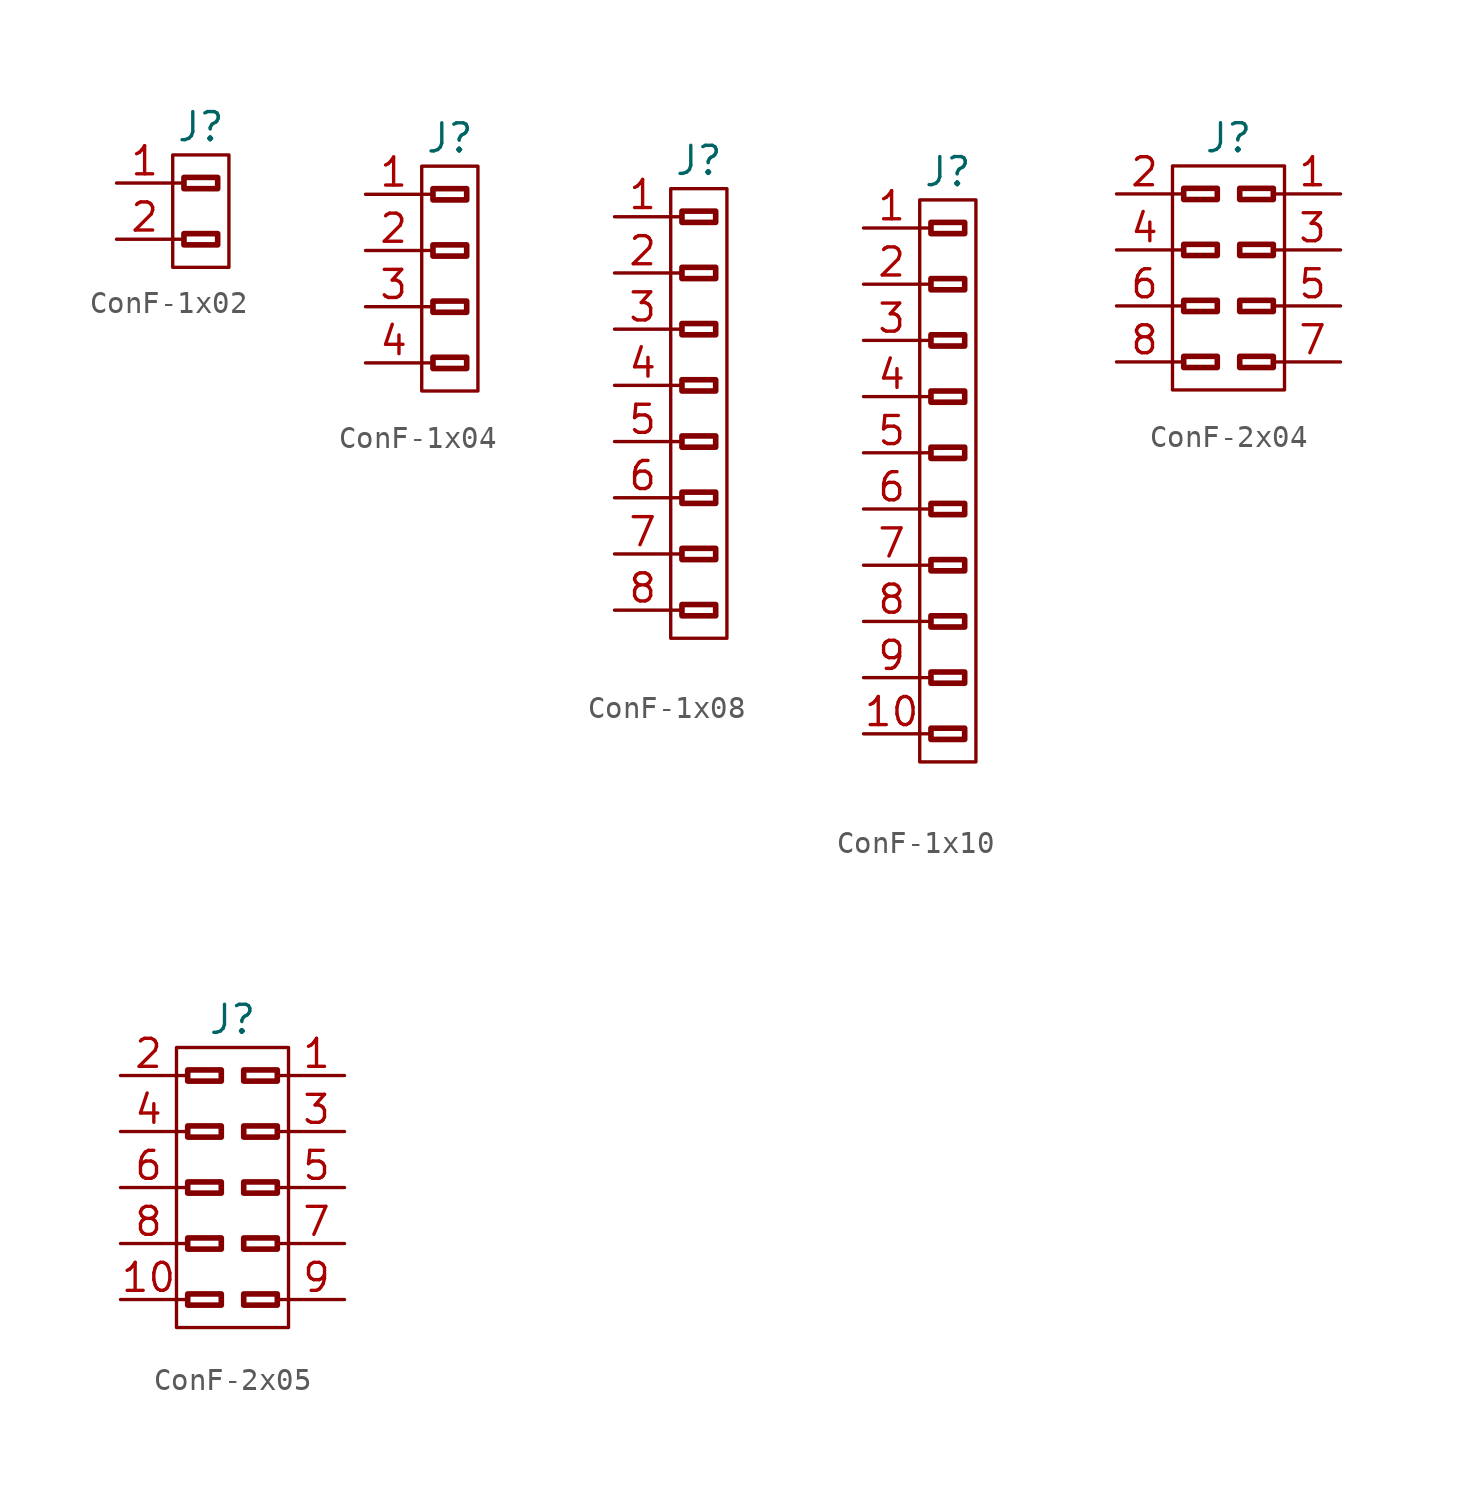
<source format=kicad_sym>
(kicad_symbol_lib
  (version 20231120)
  (generator "kicad_symbol_editor")
  (generator_version "8.0")
  (symbol "ConF-1x02"
    (property "Reference" "J"
      (at 1.27 3.81 0)
      (effects (font (size 1.27 1.27))))
    (symbol "ConF-1x02_0_1"
      (rectangle (start 0 2.54) (end 2.54 -2.54) (stroke (width 0) (type default)) (fill (type none)))
      (rectangle (start 0.508 -1.016) (end 2.032 -1.524) (stroke (width 0.254) (type default)) (fill (type none)))
      (rectangle (start 0.508 1.524) (end 2.032 1.016) (stroke (width 0.254) (type default)) (fill (type none))))
    (symbol "ConF-1x02_1_1"
      (polyline (pts (xy 0 -1.27) (xy 0.508 -1.27)) (stroke (width 0.152) (type default)) (fill (type none)))
      (polyline (pts (xy 0 1.27) (xy 0.508 1.27)) (stroke (width 0.152) (type default)) (fill (type none)))
      (pin passive line (at -2.54 1.27 0) (length 2.54) (name "" (effects (font (size 1.27 1.27)))) (number "1" (effects (font (size 1.27 1.27)))))
      (pin passive line (at -2.54 -1.27 0) (length 2.54) (name "" (effects (font (size 1.27 1.27)))) (number "2" (effects (font (size 1.27 1.27)))))))
  (symbol "ConF-1x04"
    (property "Reference" "J"
      (at 1.27 6.35 0)
      (effects (font (size 1.27 1.27))))
    (symbol "ConF-1x04_0_1"
      (rectangle (start 0 5.08) (end 2.54 -5.08) (stroke (width 0) (type default)) (fill (type none)))
      (rectangle (start 0.508 -3.556) (end 2.032 -4.064) (stroke (width 0.254) (type default)) (fill (type none)))
      (rectangle (start 0.508 -1.016) (end 2.032 -1.524) (stroke (width 0.254) (type default)) (fill (type none)))
      (rectangle (start 0.508 1.524) (end 2.032 1.016) (stroke (width 0.254) (type default)) (fill (type none)))
      (rectangle (start 0.508 4.064) (end 2.032 3.556) (stroke (width 0.254) (type default)) (fill (type none))))
    (symbol "ConF-1x04_1_1"
      (polyline (pts (xy 0 -3.81) (xy 0.508 -3.81)) (stroke (width 0.152) (type default)) (fill (type none)))
      (polyline (pts (xy 0 -1.27) (xy 0.508 -1.27)) (stroke (width 0.152) (type default)) (fill (type none)))
      (polyline (pts (xy 0 1.27) (xy 0.508 1.27)) (stroke (width 0.152) (type default)) (fill (type none)))
      (polyline (pts (xy 0 3.81) (xy 0.508 3.81)) (stroke (width 0.152) (type default)) (fill (type none)))
      (pin passive line (at -2.54 3.81 0) (length 2.54) (name "" (effects (font (size 1.27 1.27)))) (number "1" (effects (font (size 1.27 1.27)))))
      (pin passive line (at -2.54 1.27 0) (length 2.54) (name "" (effects (font (size 1.27 1.27)))) (number "2" (effects (font (size 1.27 1.27)))))
      (pin passive line (at -2.54 -1.27 0) (length 2.54) (name "" (effects (font (size 1.27 1.27)))) (number "3" (effects (font (size 1.27 1.27)))))
      (pin passive line (at -2.54 -3.81 0) (length 2.54) (name "" (effects (font (size 1.27 1.27)))) (number "4" (effects (font (size 1.27 1.27)))))))
  (symbol "ConF-1x08"
    (property "Reference" "J"
      (at 1.27 11.43 0)
      (effects (font (size 1.27 1.27))))
    (symbol "ConF-1x08_0_1"
      (rectangle (start 0 10.16) (end 2.54 -10.16) (stroke (width 0) (type default)) (fill (type none)))
      (rectangle (start 0.508 -8.636) (end 2.032 -9.144) (stroke (width 0.254) (type default)) (fill (type none)))
      (rectangle (start 0.508 -6.096) (end 2.032 -6.604) (stroke (width 0.254) (type default)) (fill (type none)))
      (rectangle (start 0.508 -3.556) (end 2.032 -4.064) (stroke (width 0.254) (type default)) (fill (type none)))
      (rectangle (start 0.508 -1.016) (end 2.032 -1.524) (stroke (width 0.254) (type default)) (fill (type none)))
      (rectangle (start 0.508 1.524) (end 2.032 1.016) (stroke (width 0.254) (type default)) (fill (type none)))
      (rectangle (start 0.508 4.064) (end 2.032 3.556) (stroke (width 0.254) (type default)) (fill (type none)))
      (rectangle (start 0.508 6.604) (end 2.032 6.096) (stroke (width 0.254) (type default)) (fill (type none)))
      (rectangle (start 0.508 9.144) (end 2.032 8.636) (stroke (width 0.254) (type default)) (fill (type none))))
    (symbol "ConF-1x08_1_1"
      (polyline (pts (xy 0 -8.89) (xy 0.508 -8.89)) (stroke (width 0.152) (type default)) (fill (type none)))
      (polyline (pts (xy 0 -6.35) (xy 0.508 -6.35)) (stroke (width 0.152) (type default)) (fill (type none)))
      (polyline (pts (xy 0 -3.81) (xy 0.508 -3.81)) (stroke (width 0.152) (type default)) (fill (type none)))
      (polyline (pts (xy 0 -1.27) (xy 0.508 -1.27)) (stroke (width 0.152) (type default)) (fill (type none)))
      (polyline (pts (xy 0 1.27) (xy 0.508 1.27)) (stroke (width 0.152) (type default)) (fill (type none)))
      (polyline (pts (xy 0 3.81) (xy 0.508 3.81)) (stroke (width 0.152) (type default)) (fill (type none)))
      (polyline (pts (xy 0 6.35) (xy 0.508 6.35)) (stroke (width 0.152) (type default)) (fill (type none)))
      (polyline (pts (xy 0 8.89) (xy 0.508 8.89)) (stroke (width 0.152) (type default)) (fill (type none)))
      (pin passive line (at -2.54 8.89 0) (length 2.54) (name "" (effects (font (size 1.27 1.27)))) (number "1" (effects (font (size 1.27 1.27)))))
      (pin passive line (at -2.54 6.35 0) (length 2.54) (name "" (effects (font (size 1.27 1.27)))) (number "2" (effects (font (size 1.27 1.27)))))
      (pin passive line (at -2.54 3.81 0) (length 2.54) (name "" (effects (font (size 1.27 1.27)))) (number "3" (effects (font (size 1.27 1.27)))))
      (pin passive line (at -2.54 1.27 0) (length 2.54) (name "" (effects (font (size 1.27 1.27)))) (number "4" (effects (font (size 1.27 1.27)))))
      (pin passive line (at -2.54 -1.27 0) (length 2.54) (name "" (effects (font (size 1.27 1.27)))) (number "5" (effects (font (size 1.27 1.27)))))
      (pin passive line (at -2.54 -3.81 0) (length 2.54) (name "" (effects (font (size 1.27 1.27)))) (number "6" (effects (font (size 1.27 1.27)))))
      (pin passive line (at -2.54 -6.35 0) (length 2.54) (name "" (effects (font (size 1.27 1.27)))) (number "7" (effects (font (size 1.27 1.27)))))
      (pin passive line (at -2.54 -8.89 0) (length 2.54) (name "" (effects (font (size 1.27 1.27)))) (number "8" (effects (font (size 1.27 1.27)))))))
  (symbol "ConF-1x10"
    (property "Reference" "J"
      (at 1.27 13.97 0)
      (effects (font (size 1.27 1.27))))
    (symbol "ConF-1x10_0_1"
      (rectangle (start 0 12.7) (end 2.54 -12.7) (stroke (width 0) (type default)) (fill (type none)))
      (rectangle (start 0.508 -11.176) (end 2.032 -11.684) (stroke (width 0.254) (type default)) (fill (type none)))
      (rectangle (start 0.508 -8.636) (end 2.032 -9.144) (stroke (width 0.254) (type default)) (fill (type none)))
      (rectangle (start 0.508 -6.096) (end 2.032 -6.604) (stroke (width 0.254) (type default)) (fill (type none)))
      (rectangle (start 0.508 -3.556) (end 2.032 -4.064) (stroke (width 0.254) (type default)) (fill (type none)))
      (rectangle (start 0.508 -1.016) (end 2.032 -1.524) (stroke (width 0.254) (type default)) (fill (type none)))
      (rectangle (start 0.508 1.524) (end 2.032 1.016) (stroke (width 0.254) (type default)) (fill (type none)))
      (rectangle (start 0.508 4.064) (end 2.032 3.556) (stroke (width 0.254) (type default)) (fill (type none)))
      (rectangle (start 0.508 6.604) (end 2.032 6.096) (stroke (width 0.254) (type default)) (fill (type none)))
      (rectangle (start 0.508 9.144) (end 2.032 8.636) (stroke (width 0.254) (type default)) (fill (type none)))
      (rectangle (start 0.508 11.684) (end 2.032 11.176) (stroke (width 0.254) (type default)) (fill (type none))))
    (symbol "ConF-1x10_1_1"
      (polyline (pts (xy 0 -11.43) (xy 0.508 -11.43)) (stroke (width 0.152) (type default)) (fill (type none)))
      (polyline (pts (xy 0 -8.89) (xy 0.508 -8.89)) (stroke (width 0.152) (type default)) (fill (type none)))
      (polyline (pts (xy 0 -6.35) (xy 0.508 -6.35)) (stroke (width 0.152) (type default)) (fill (type none)))
      (polyline (pts (xy 0 -3.81) (xy 0.508 -3.81)) (stroke (width 0.152) (type default)) (fill (type none)))
      (polyline (pts (xy 0 -1.27) (xy 0.508 -1.27)) (stroke (width 0.152) (type default)) (fill (type none)))
      (polyline (pts (xy 0 1.27) (xy 0.508 1.27)) (stroke (width 0.152) (type default)) (fill (type none)))
      (polyline (pts (xy 0 3.81) (xy 0.508 3.81)) (stroke (width 0.152) (type default)) (fill (type none)))
      (polyline (pts (xy 0 6.35) (xy 0.508 6.35)) (stroke (width 0.152) (type default)) (fill (type none)))
      (polyline (pts (xy 0 8.89) (xy 0.508 8.89)) (stroke (width 0.152) (type default)) (fill (type none)))
      (polyline (pts (xy 0 11.43) (xy 0.508 11.43)) (stroke (width 0.152) (type default)) (fill (type none)))
      (pin passive line (at -2.54 11.43 0) (length 2.54) (name "" (effects (font (size 1.27 1.27)))) (number "1" (effects (font (size 1.27 1.27)))))
      (pin passive line (at -2.54 -11.43 0) (length 2.54) (name "" (effects (font (size 1.27 1.27)))) (number "10" (effects (font (size 1.27 1.27)))))
      (pin passive line (at -2.54 8.89 0) (length 2.54) (name "" (effects (font (size 1.27 1.27)))) (number "2" (effects (font (size 1.27 1.27)))))
      (pin passive line (at -2.54 6.35 0) (length 2.54) (name "" (effects (font (size 1.27 1.27)))) (number "3" (effects (font (size 1.27 1.27)))))
      (pin passive line (at -2.54 3.81 0) (length 2.54) (name "" (effects (font (size 1.27 1.27)))) (number "4" (effects (font (size 1.27 1.27)))))
      (pin passive line (at -2.54 1.27 0) (length 2.54) (name "" (effects (font (size 1.27 1.27)))) (number "5" (effects (font (size 1.27 1.27)))))
      (pin passive line (at -2.54 -1.27 0) (length 2.54) (name "" (effects (font (size 1.27 1.27)))) (number "6" (effects (font (size 1.27 1.27)))))
      (pin passive line (at -2.54 -3.81 0) (length 2.54) (name "" (effects (font (size 1.27 1.27)))) (number "7" (effects (font (size 1.27 1.27)))))
      (pin passive line (at -2.54 -6.35 0) (length 2.54) (name "" (effects (font (size 1.27 1.27)))) (number "8" (effects (font (size 1.27 1.27)))))
      (pin passive line (at -2.54 -8.89 0) (length 2.54) (name "" (effects (font (size 1.27 1.27)))) (number "9" (effects (font (size 1.27 1.27)))))))
  (symbol "ConF-2x04"
    (property "Reference" "J"
      (at 0 6.35 0)
      (effects (font (size 1.27 1.27))))
    (symbol "ConF-2x04_0_1"
      (rectangle (start -2.54 5.08) (end 2.54 -5.08) (stroke (width 0) (type default)) (fill (type none)))
      (rectangle (start -2.032 -3.556) (end -0.508 -4.064) (stroke (width 0.254) (type default)) (fill (type none)))
      (rectangle (start -2.032 -1.016) (end -0.508 -1.524) (stroke (width 0.254) (type default)) (fill (type none)))
      (rectangle (start -2.032 1.524) (end -0.508 1.016) (stroke (width 0.254) (type default)) (fill (type none)))
      (rectangle (start -2.032 4.064) (end -0.508 3.556) (stroke (width 0.254) (type default)) (fill (type none)))
      (rectangle (start 0.508 -3.556) (end 2.032 -4.064) (stroke (width 0.254) (type default)) (fill (type none)))
      (rectangle (start 0.508 -1.016) (end 2.032 -1.524) (stroke (width 0.254) (type default)) (fill (type none)))
      (rectangle (start 0.508 1.524) (end 2.032 1.016) (stroke (width 0.254) (type default)) (fill (type none)))
      (rectangle (start 0.508 4.064) (end 2.032 3.556) (stroke (width 0.254) (type default)) (fill (type none))))
    (symbol "ConF-2x04_1_1"
      (polyline (pts (xy -2.54 -3.81) (xy -2.032 -3.81)) (stroke (width 0.152) (type default)) (fill (type none)))
      (polyline (pts (xy -2.54 -1.27) (xy -2.032 -1.27)) (stroke (width 0.152) (type default)) (fill (type none)))
      (polyline (pts (xy -2.54 1.27) (xy -2.032 1.27)) (stroke (width 0.152) (type default)) (fill (type none)))
      (polyline (pts (xy -2.54 3.81) (xy -2.032 3.81)) (stroke (width 0.152) (type default)) (fill (type none)))
      (polyline (pts (xy 2.54 -3.81) (xy 2.032 -3.81)) (stroke (width 0.152) (type default)) (fill (type none)))
      (polyline (pts (xy 2.54 -1.27) (xy 2.032 -1.27)) (stroke (width 0.152) (type default)) (fill (type none)))
      (polyline (pts (xy 2.54 1.27) (xy 2.032 1.27)) (stroke (width 0.152) (type default)) (fill (type none)))
      (polyline (pts (xy 2.54 3.81) (xy 2.032 3.81)) (stroke (width 0.152) (type default)) (fill (type none)))
      (pin passive line (at 5.08 3.81 180) (length 2.54) (name "" (effects (font (size 1.27 1.27)))) (number "1" (effects (font (size 1.27 1.27)))))
      (pin passive line (at -5.08 3.81 0) (length 2.54) (name "" (effects (font (size 1.27 1.27)))) (number "2" (effects (font (size 1.27 1.27)))))
      (pin passive line (at 5.08 1.27 180) (length 2.54) (name "" (effects (font (size 1.27 1.27)))) (number "3" (effects (font (size 1.27 1.27)))))
      (pin passive line (at -5.08 1.27 0) (length 2.54) (name "" (effects (font (size 1.27 1.27)))) (number "4" (effects (font (size 1.27 1.27)))))
      (pin passive line (at 5.08 -1.27 180) (length 2.54) (name "" (effects (font (size 1.27 1.27)))) (number "5" (effects (font (size 1.27 1.27)))))
      (pin passive line (at -5.08 -1.27 0) (length 2.54) (name "" (effects (font (size 1.27 1.27)))) (number "6" (effects (font (size 1.27 1.27)))))
      (pin passive line (at 5.08 -3.81 180) (length 2.54) (name "" (effects (font (size 1.27 1.27)))) (number "7" (effects (font (size 1.27 1.27)))))
      (pin passive line (at -5.08 -3.81 0) (length 2.54) (name "" (effects (font (size 1.27 1.27)))) (number "8" (effects (font (size 1.27 1.27)))))))
  (symbol "ConF-2x05"
    (property "Reference" "J"
      (at 0 7.62 0)
      (effects (font (size 1.27 1.27))))
    (symbol "ConF-2x05_0_1"
      (rectangle (start -2.54 6.35) (end 2.54 -6.35) (stroke (width 0) (type default)) (fill (type none)))
      (rectangle (start -2.032 -5.334) (end -0.508 -4.826) (stroke (width 0.254) (type default)) (fill (type none)))
      (rectangle (start -2.032 -2.794) (end -0.508 -2.286) (stroke (width 0.254) (type default)) (fill (type none)))
      (rectangle (start -2.032 -0.254) (end -0.508 0.254) (stroke (width 0.254) (type default)) (fill (type none)))
      (rectangle (start -2.032 2.286) (end -0.508 2.794) (stroke (width 0.254) (type default)) (fill (type none)))
      (rectangle (start -2.032 4.826) (end -0.508 5.334) (stroke (width 0.254) (type default)) (fill (type none)))
      (rectangle (start 0.508 -5.334) (end 2.032 -4.826) (stroke (width 0.254) (type default)) (fill (type none)))
      (rectangle (start 0.508 -2.794) (end 2.032 -2.286) (stroke (width 0.254) (type default)) (fill (type none)))
      (rectangle (start 0.508 -0.254) (end 2.032 0.254) (stroke (width 0.254) (type default)) (fill (type none)))
      (rectangle (start 0.508 2.286) (end 2.032 2.794) (stroke (width 0.254) (type default)) (fill (type none)))
      (rectangle (start 0.508 4.826) (end 2.032 5.334) (stroke (width 0.254) (type default)) (fill (type none))))
    (symbol "ConF-2x05_1_1"
      (polyline (pts (xy -2.54 -5.08) (xy -2.032 -5.08)) (stroke (width 0.152) (type default)) (fill (type none)))
      (polyline (pts (xy -2.54 -2.54) (xy -2.032 -2.54)) (stroke (width 0.152) (type default)) (fill (type none)))
      (polyline (pts (xy -2.54 0) (xy -2.032 0)) (stroke (width 0.152) (type default)) (fill (type none)))
      (polyline (pts (xy -2.54 2.54) (xy -2.032 2.54)) (stroke (width 0.152) (type default)) (fill (type none)))
      (polyline (pts (xy -2.54 5.08) (xy -2.032 5.08)) (stroke (width 0.152) (type default)) (fill (type none)))
      (polyline (pts (xy 2.54 -5.08) (xy 2.032 -5.08)) (stroke (width 0.152) (type default)) (fill (type none)))
      (polyline (pts (xy 2.54 -2.54) (xy 2.032 -2.54)) (stroke (width 0.152) (type default)) (fill (type none)))
      (polyline (pts (xy 2.54 0) (xy 2.032 0)) (stroke (width 0.152) (type default)) (fill (type none)))
      (polyline (pts (xy 2.54 2.54) (xy 2.032 2.54)) (stroke (width 0.152) (type default)) (fill (type none)))
      (polyline (pts (xy 2.54 5.08) (xy 2.032 5.08)) (stroke (width 0.152) (type default)) (fill (type none)))
      (pin passive line (at 5.08 5.08 180) (length 2.54) (name "" (effects (font (size 1.27 1.27)))) (number "1" (effects (font (size 1.27 1.27)))))
      (pin passive line (at -5.08 -5.08 0) (length 2.54) (name "" (effects (font (size 1.27 1.27)))) (number "10" (effects (font (size 1.27 1.27)))))
      (pin passive line (at -5.08 5.08 0) (length 2.54) (name "" (effects (font (size 1.27 1.27)))) (number "2" (effects (font (size 1.27 1.27)))))
      (pin passive line (at 5.08 2.54 180) (length 2.54) (name "" (effects (font (size 1.27 1.27)))) (number "3" (effects (font (size 1.27 1.27)))))
      (pin passive line (at -5.08 2.54 0) (length 2.54) (name "" (effects (font (size 1.27 1.27)))) (number "4" (effects (font (size 1.27 1.27)))))
      (pin passive line (at 5.08 0 180) (length 2.54) (name "" (effects (font (size 1.27 1.27)))) (number "5" (effects (font (size 1.27 1.27)))))
      (pin passive line (at -5.08 0 0) (length 2.54) (name "" (effects (font (size 1.27 1.27)))) (number "6" (effects (font (size 1.27 1.27)))))
      (pin passive line (at 5.08 -2.54 180) (length 2.54) (name "" (effects (font (size 1.27 1.27)))) (number "7" (effects (font (size 1.27 1.27)))))
      (pin passive line (at -5.08 -2.54 0) (length 2.54) (name "" (effects (font (size 1.27 1.27)))) (number "8" (effects (font (size 1.27 1.27)))))
      (pin passive line (at 5.08 -5.08 180) (length 2.54) (name "" (effects (font (size 1.27 1.27)))) (number "9" (effects (font (size 1.27 1.27))))))))
</source>
